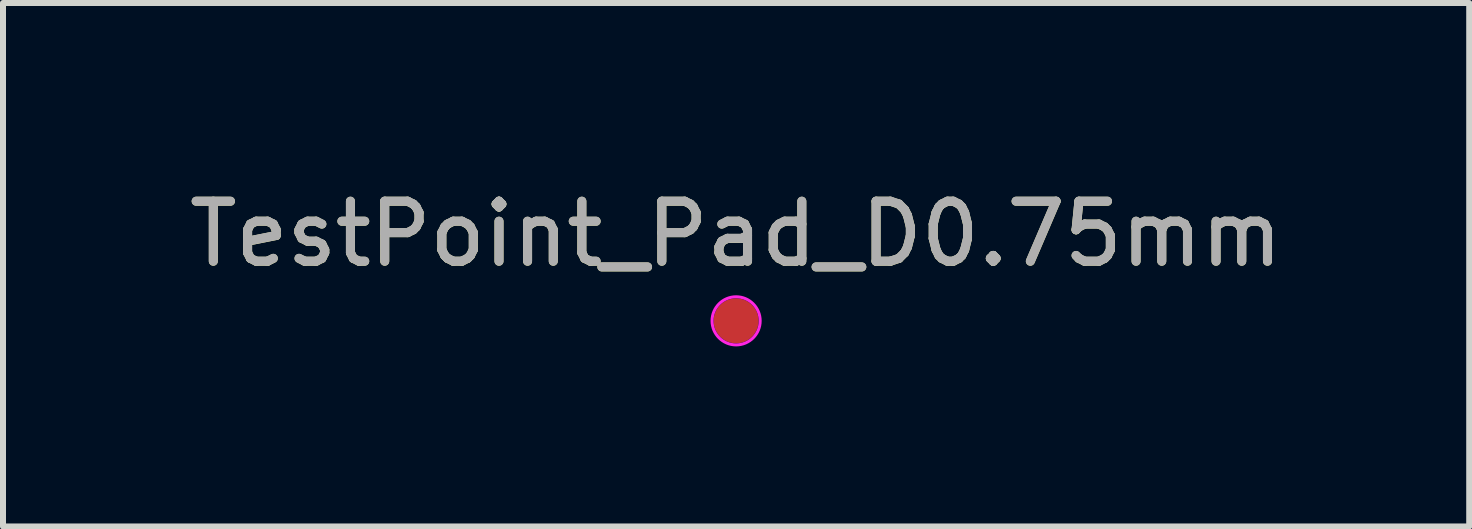
<source format=kicad_pcb>
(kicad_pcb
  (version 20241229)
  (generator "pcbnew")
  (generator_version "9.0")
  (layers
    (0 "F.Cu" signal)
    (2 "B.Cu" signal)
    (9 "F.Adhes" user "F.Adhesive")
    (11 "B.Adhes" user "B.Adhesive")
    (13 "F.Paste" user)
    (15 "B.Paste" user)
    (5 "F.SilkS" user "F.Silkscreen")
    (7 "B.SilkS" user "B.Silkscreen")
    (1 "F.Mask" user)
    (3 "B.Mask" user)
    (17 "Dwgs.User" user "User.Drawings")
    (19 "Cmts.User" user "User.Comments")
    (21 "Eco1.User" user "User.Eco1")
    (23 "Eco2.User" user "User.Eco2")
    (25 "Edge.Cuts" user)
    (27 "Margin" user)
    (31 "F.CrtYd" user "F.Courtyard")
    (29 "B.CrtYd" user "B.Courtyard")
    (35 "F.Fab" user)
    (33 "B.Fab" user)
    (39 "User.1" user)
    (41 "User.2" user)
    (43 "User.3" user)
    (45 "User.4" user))
  (footprint "TestPoint_Pad_D0.75mm"
    (layer "F.Cu")
    (at 9.22 2.298)
    (property "Reference" "TestPoint_Pad_D0.75mm" (at 0 -1.448 0) (layer "F.SilkS") (effects (font (size 1 1) (thickness 0.15))))
    (attr exclude_from_pos_files exclude_from_bom)
    (fp_circle (center 0 0) (end 0.401 0.01) (stroke (width 0.05) (type solid)) (fill no) (layer "F.CrtYd"))
    (fp_text user "${REFERENCE}" (at 0 -1.45 0) (layer "F.Fab") (effects (font (size 1 1) (thickness 0.15))))
    (pad "1" smd circle (at 0 0) (size 0.75 0.75) (layers "F.Cu" "F.Mask")))
  (gr_rect
    (start -3 -3)
    (end 21.44 5.725)
    (stroke (width 0.1) (type default))
    (fill no)
    (layer "Edge.Cuts")))
</source>
